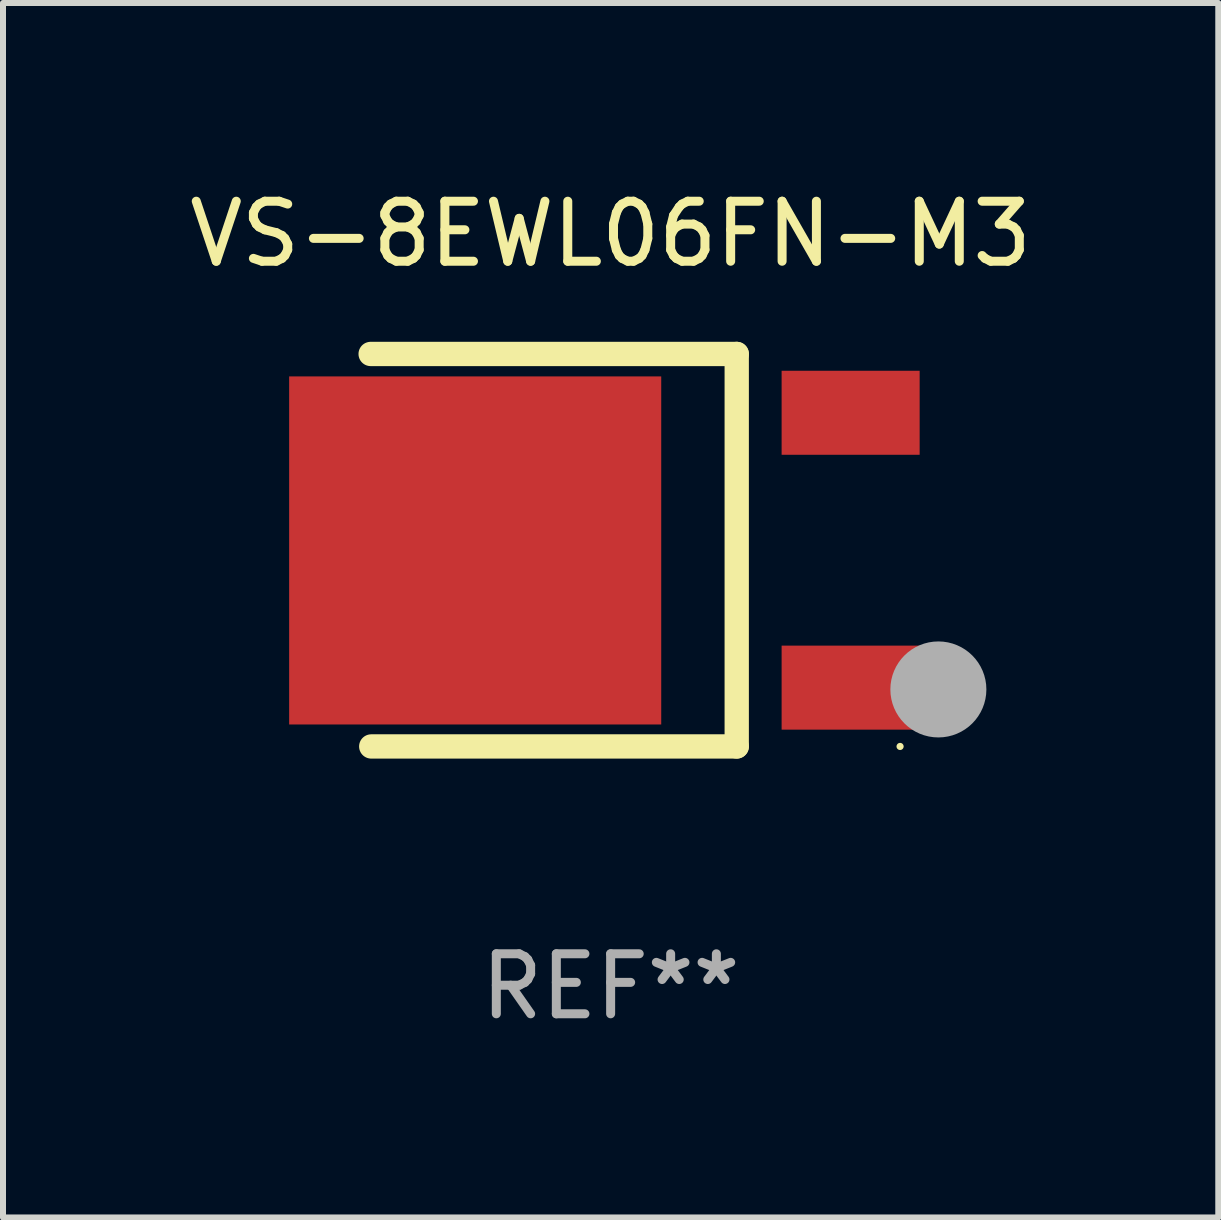
<source format=kicad_pcb>
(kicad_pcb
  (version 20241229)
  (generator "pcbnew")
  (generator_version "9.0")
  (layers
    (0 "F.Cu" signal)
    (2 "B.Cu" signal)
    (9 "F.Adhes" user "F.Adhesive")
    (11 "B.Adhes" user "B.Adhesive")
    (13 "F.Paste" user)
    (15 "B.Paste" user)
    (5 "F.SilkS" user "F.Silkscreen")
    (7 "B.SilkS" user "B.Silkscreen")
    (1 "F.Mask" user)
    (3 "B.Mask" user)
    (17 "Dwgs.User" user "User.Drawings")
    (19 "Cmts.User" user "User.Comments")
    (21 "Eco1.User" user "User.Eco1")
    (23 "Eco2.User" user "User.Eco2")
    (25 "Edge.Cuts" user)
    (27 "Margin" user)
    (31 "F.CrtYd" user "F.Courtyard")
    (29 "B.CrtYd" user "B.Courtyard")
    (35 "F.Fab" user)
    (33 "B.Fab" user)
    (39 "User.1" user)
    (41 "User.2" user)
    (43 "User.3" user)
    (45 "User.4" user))
  (footprint "VS-8EWL06FN-M3"
    (layer "F.Cu")
    (at 7.125 6.118)
    (property "Reference" "VS-8EWL06FN-M3" (at 0 -5.27 0) (layer "F.SilkS") (effects (font (size 1 1) (thickness 0.15))))
    (attr through_hole)
    (fp_line (start -3.999 -3.27) (end 2.101 -3.27) (stroke (width 0.405) (type solid)) (layer "F.SilkS"))
    (fp_line (start 2.101 -3.27) (end 2.101 3.27) (stroke (width 0.405) (type solid)) (layer "F.SilkS"))
    (fp_line (start 2.101 3.27) (end -3.989 3.27) (stroke (width 0.405) (type solid)) (layer "F.SilkS"))
    (fp_circle (center 4.823 3.27) (end 4.853 3.27) (stroke (width 0.06) (type solid)) (fill no) (layer "F.SilkS"))
    (fp_circle (center 5.461 2.32) (end 5.861 2.32) (stroke (width 0.8) (type solid)) (fill no) (layer "F.Fab"))
    (fp_text user "REF**" (at 0 7.27 0) (layer "F.Fab") (effects (font (size 1 1) (thickness 0.15))))
    (pad "1" smd rect (at 3.999 2.29) (size 2.3 1.4) (layers "F.Cu" "F.Mask" "F.Paste"))
    (pad "2" smd rect (at -2.257 0.004) (size 6.2 5.8) (layers "F.Cu" "F.Mask" "F.Paste"))
    (pad "3" smd rect (at 3.999 -2.29) (size 2.3 1.4) (layers "F.Cu" "F.Mask" "F.Paste")))
  (gr_rect
    (start -3 -3)
    (end 17.25 17.237)
    (stroke (width 0.1) (type default))
    (fill no)
    (layer "Edge.Cuts")))
</source>
